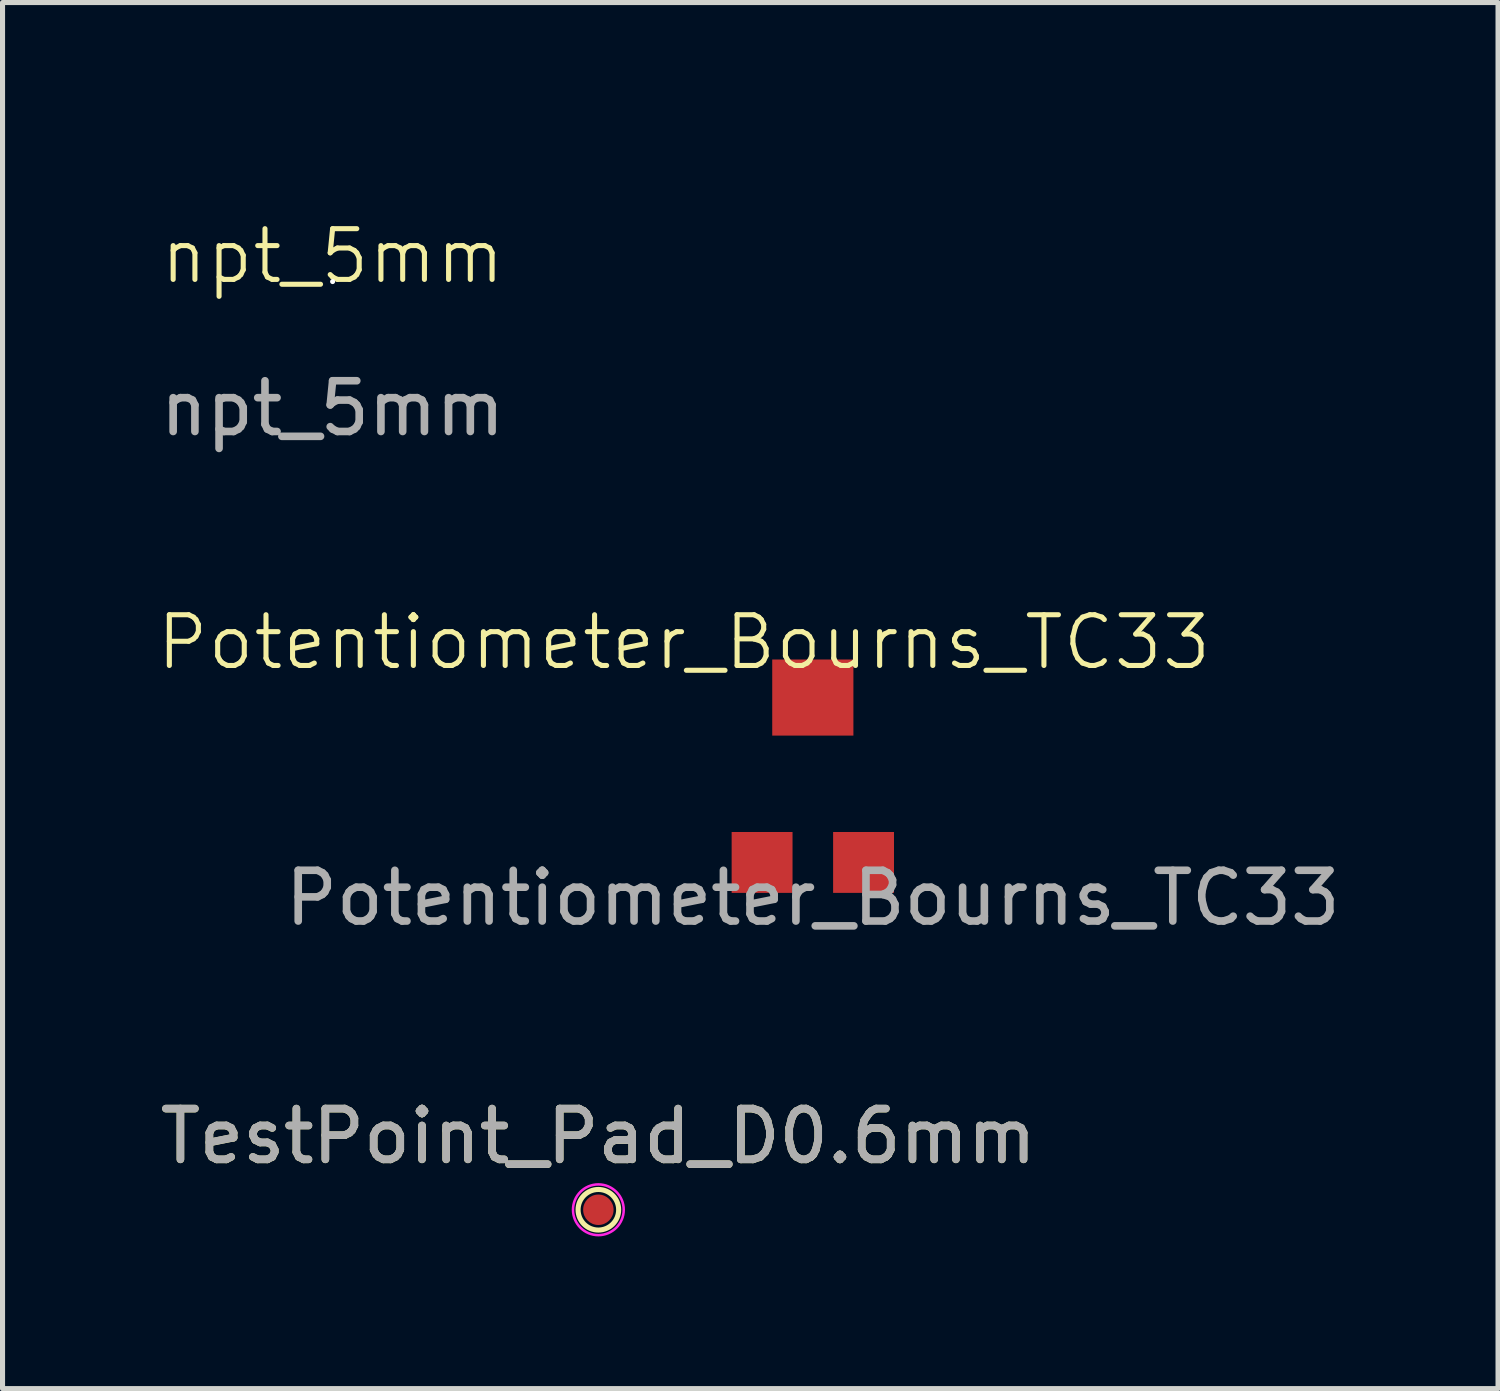
<source format=kicad_pcb>
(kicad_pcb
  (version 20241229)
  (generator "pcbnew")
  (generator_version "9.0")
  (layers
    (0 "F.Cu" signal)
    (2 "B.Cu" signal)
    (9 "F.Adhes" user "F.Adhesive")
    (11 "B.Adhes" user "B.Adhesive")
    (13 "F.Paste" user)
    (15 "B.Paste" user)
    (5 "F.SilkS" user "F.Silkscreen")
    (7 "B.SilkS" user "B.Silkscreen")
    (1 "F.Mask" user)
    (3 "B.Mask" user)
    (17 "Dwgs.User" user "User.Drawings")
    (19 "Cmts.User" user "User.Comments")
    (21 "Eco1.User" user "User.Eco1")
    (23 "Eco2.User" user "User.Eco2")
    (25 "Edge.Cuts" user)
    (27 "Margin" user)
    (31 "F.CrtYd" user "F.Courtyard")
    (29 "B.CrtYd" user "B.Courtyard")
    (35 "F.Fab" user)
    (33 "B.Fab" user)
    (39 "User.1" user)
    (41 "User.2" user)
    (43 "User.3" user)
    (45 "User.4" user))
  (footprint "Potentiometer_Bourns_TC33"
    (layer "F.Cu")
    (at 12.971 12.149)
    (property "Reference" "Potentiometer_Bourns_TC33" (at -2.54 -2.54 0) (unlocked yes) (layer "F.SilkS") (effects (font (size 1 1) (thickness 0.1))))
    (attr smd)
    (fp_text user "${REFERENCE}" (at 0 2.5 0) (unlocked yes) (layer "F.Fab") (effects (font (size 1 1) (thickness 0.15))))
    (pad "1" smd trapezoid (at -1 1.8) (size 1.2 1.2) (layers "F.Cu" "F.Mask" "F.Paste"))
    (pad "2" smd trapezoid (at 0 -1.45) (size 1.6 1.5) (layers "F.Cu" "F.Mask" "F.Paste"))
    (pad "3" smd trapezoid (at 1 1.8) (size 1.2 1.2) (layers "F.Cu" "F.Mask" "F.Paste")))
  (footprint "TestPoint_Pad_D0.6mm"
    (layer "F.Cu")
    (at 8.744 20.795)
    (property "Reference" "TestPoint_Pad_D0.6mm" (at 0 -1.448 0) (layer "F.SilkS") (effects (font (size 1 1) (thickness 0.15))))
    (attr exclude_from_pos_files exclude_from_bom)
    (fp_circle (center 0 0) (end 0.4 0) (stroke (width 0.1) (type solid)) (fill no) (layer "F.SilkS"))
    (fp_circle (center 0 0) (end 0.5 0) (stroke (width 0.05) (type solid)) (fill no) (layer "F.CrtYd"))
    (fp_text user "${REFERENCE}" (at 0 -1.45 0) (layer "F.Fab") (effects (font (size 1 1) (thickness 0.15))))
    (pad "1" smd circle (at 0 0) (size 0.6 0.6) (layers "F.Cu" "F.Mask")))
  (footprint "npt_5mm"
    (layer "F.Cu")
    (at 3.506 2.5)
    (property "Reference" "npt_5mm" (at 0 -0.5 0) (unlocked yes) (layer "F.SilkS") (effects (font (size 1 1) (thickness 0.1))))
    (attr smd)
    (fp_text user "${REFERENCE}" (at 0 2.5 0) (unlocked yes) (layer "F.Fab") (effects (font (size 1 1) (thickness 0.15))))
    (pad "" np_thru_hole circle (at 0 0) (size 0.1 0.1) (drill 5) (layers "*.Cu" "*.Mask")))
  (gr_rect
    (start -3 -3)
    (end 26.477 24.32)
    (stroke (width 0.1) (type default))
    (fill no)
    (layer "Edge.Cuts")))
</source>
